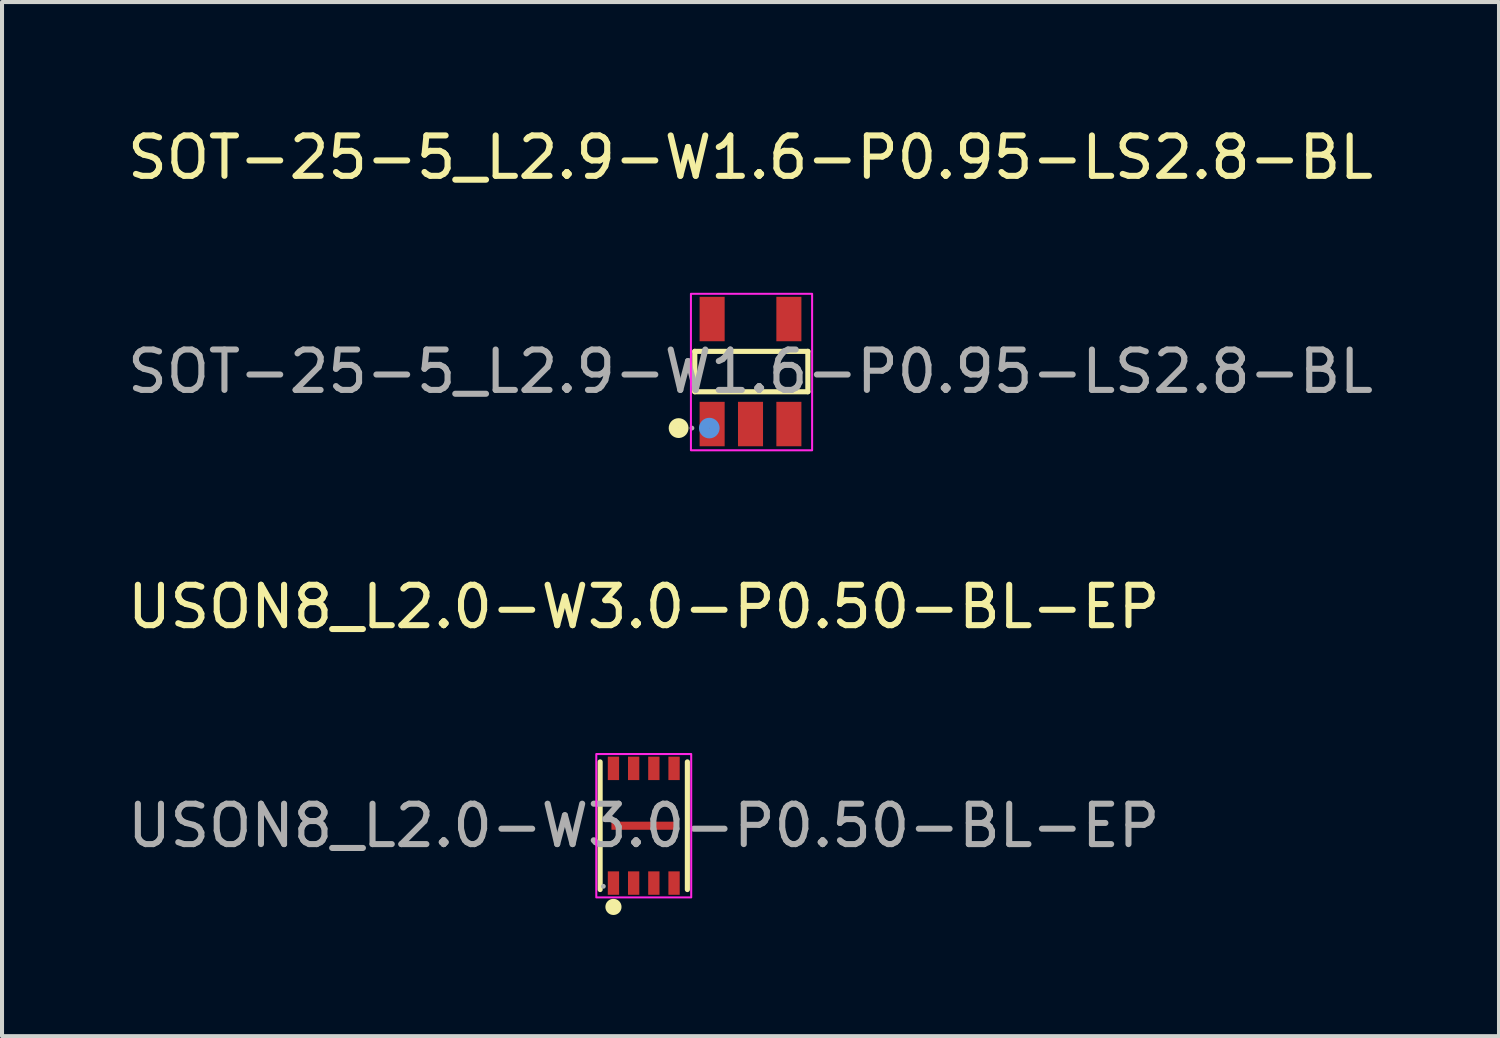
<source format=kicad_pcb>
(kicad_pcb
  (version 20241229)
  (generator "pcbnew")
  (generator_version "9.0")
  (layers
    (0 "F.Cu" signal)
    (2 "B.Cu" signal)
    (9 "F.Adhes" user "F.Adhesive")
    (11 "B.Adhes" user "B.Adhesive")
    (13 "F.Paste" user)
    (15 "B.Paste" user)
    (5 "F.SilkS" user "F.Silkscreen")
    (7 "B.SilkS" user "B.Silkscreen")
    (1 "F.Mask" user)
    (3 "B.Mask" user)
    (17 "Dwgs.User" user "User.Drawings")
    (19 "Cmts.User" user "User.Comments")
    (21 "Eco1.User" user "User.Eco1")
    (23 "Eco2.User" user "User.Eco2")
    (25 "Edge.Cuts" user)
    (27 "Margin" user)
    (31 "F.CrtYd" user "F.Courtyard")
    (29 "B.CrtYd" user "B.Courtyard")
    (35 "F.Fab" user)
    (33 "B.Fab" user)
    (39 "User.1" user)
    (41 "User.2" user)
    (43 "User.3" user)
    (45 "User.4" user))
  (footprint "SOT-25-5_L2.9-W1.6-P0.95-LS2.8-BL"
    (layer "F.Cu")
    (at 15.53 6.148)
    (property "Reference" "SOT-25-5_L2.9-W1.6-P0.95-LS2.8-BL" (at 0 -5.3 0) (layer "F.SilkS") (effects (font (size 1 1) (thickness 0.15))))
    (attr smd)
    (fp_line (start -1.38 -0.5) (end 1.42 -0.5) (stroke (width 0.127) (type solid)) (layer "F.SilkS"))
    (fp_line (start -1.38 0.5) (end -1.38 -0.5) (stroke (width 0.127) (type solid)) (layer "F.SilkS"))
    (fp_line (start 1.42 -0.5) (end 1.42 0.5) (stroke (width 0.127) (type solid)) (layer "F.SilkS"))
    (fp_line (start 1.42 0.5) (end -1.38 0.5) (stroke (width 0.127) (type solid)) (layer "F.SilkS"))
    (fp_arc (start -1.780034 1.520416) (mid -1.784987 1.279687) (end -1.77 1.52) (stroke (width 0.25) (type solid)) (layer "F.SilkS"))
    (fp_circle (center -1.02 1.4) (end -0.89 1.4) (stroke (width 0.25) (type solid)) (fill no) (layer "Cmts.User"))
    (fp_rect (start -1.475 -1.925) (end 1.525 1.95) (stroke (width 0.05) (type default)) (fill no) (layer "F.CrtYd"))
    (fp_circle (center -1.45 1.4) (end -1.42 1.4) (stroke (width 0.06) (type solid)) (fill no) (layer "F.Fab"))
    (fp_text user "${REFERENCE}" (at 0 0 0) (layer "F.Fab") (effects (font (size 1 1) (thickness 0.15))))
    (pad "1" smd rect (at -0.95 1.3) (size 0.62 1.1) (layers "F.Cu" "F.Mask" "F.Paste"))
    (pad "2" smd rect (at 0 1.3) (size 0.62 1.1) (layers "F.Cu" "F.Mask" "F.Paste"))
    (pad "3" smd rect (at 0.95 1.3) (size 0.62 1.1) (layers "F.Cu" "F.Mask" "F.Paste"))
    (pad "4" smd rect (at 0.95 -1.3) (size 0.62 1.1) (layers "F.Cu" "F.Mask" "F.Paste"))
    (pad "5" smd rect (at -0.95 -1.3) (size 0.62 1.1) (layers "F.Cu" "F.Mask" "F.Paste")))
  (footprint "USON8_L2.0-W3.0-P0.50-BL-EP"
    (layer "F.Cu")
    (at 12.887 17.392)
    (property "Reference" "USON8_L2.0-W3.0-P0.50-BL-EP" (at 0 -5.42 0) (layer "F.SilkS") (effects (font (size 1 1) (thickness 0.15))))
    (attr smd)
    (fp_line (start -1.08 1.58) (end -1.08 -1.58) (stroke (width 0.127) (type solid)) (layer "F.SilkS"))
    (fp_line (start 1.08 -1.58) (end 1.08 1.58) (stroke (width 0.127) (type solid)) (layer "F.SilkS"))
    (fp_circle (center -0.75 2.01) (end -0.65 2.01) (stroke (width 0.2) (type solid)) (fill no) (layer "F.SilkS"))
    (fp_rect (start -1.175 -1.775) (end 1.175 1.775) (stroke (width 0.05) (type default)) (fill no) (layer "F.CrtYd"))
    (fp_circle (center -1 1.5) (end -0.97 1.5) (stroke (width 0.06) (type solid)) (fill no) (layer "F.Fab"))
    (fp_text user "${REFERENCE}" (at 0 0 0) (layer "F.Fab") (effects (font (size 1 1) (thickness 0.15))))
    (pad "1" smd rect (at -0.75 1.42) (size 0.28 0.58) (layers "F.Cu" "F.Mask" "F.Paste"))
    (pad "2" smd rect (at -0.25 1.42) (size 0.28 0.58) (layers "F.Cu" "F.Mask" "F.Paste"))
    (pad "3" smd rect (at 0.25 1.42) (size 0.28 0.58) (layers "F.Cu" "F.Mask" "F.Paste"))
    (pad "4" smd rect (at 0.75 1.42) (size 0.28 0.58) (layers "F.Cu" "F.Mask" "F.Paste"))
    (pad "5" smd rect (at 0.75 -1.42) (size 0.28 0.58) (layers "F.Cu" "F.Mask" "F.Paste"))
    (pad "6" smd rect (at 0.25 -1.42) (size 0.28 0.58) (layers "F.Cu" "F.Mask" "F.Paste"))
    (pad "7" smd rect (at -0.25 -1.42) (size 0.28 0.58) (layers "F.Cu" "F.Mask" "F.Paste"))
    (pad "8" smd rect (at -0.75 -1.42) (size 0.28 0.58) (layers "F.Cu" "F.Mask" "F.Paste"))
    (pad "9" smd rect (at 0 0) (size 1.6 0.2) (layers "F.Cu" "F.Mask" "F.Paste")))
  (gr_rect
    (start -3 -3)
    (end 34.06 22.602)
    (stroke (width 0.1) (type default))
    (fill no)
    (layer "Edge.Cuts")))
</source>
